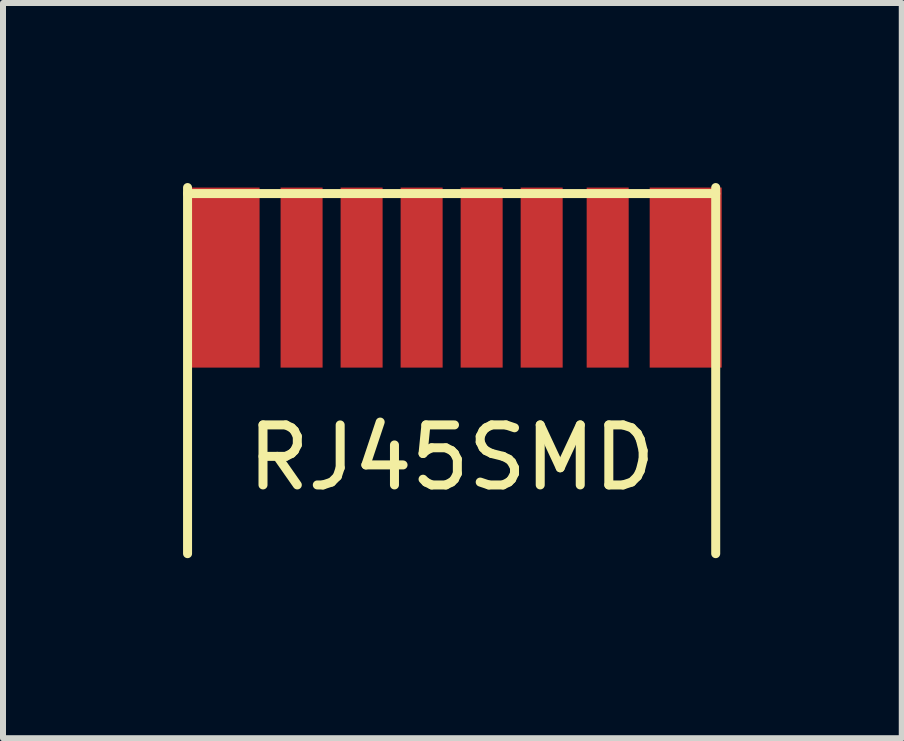
<source format=kicad_pcb>
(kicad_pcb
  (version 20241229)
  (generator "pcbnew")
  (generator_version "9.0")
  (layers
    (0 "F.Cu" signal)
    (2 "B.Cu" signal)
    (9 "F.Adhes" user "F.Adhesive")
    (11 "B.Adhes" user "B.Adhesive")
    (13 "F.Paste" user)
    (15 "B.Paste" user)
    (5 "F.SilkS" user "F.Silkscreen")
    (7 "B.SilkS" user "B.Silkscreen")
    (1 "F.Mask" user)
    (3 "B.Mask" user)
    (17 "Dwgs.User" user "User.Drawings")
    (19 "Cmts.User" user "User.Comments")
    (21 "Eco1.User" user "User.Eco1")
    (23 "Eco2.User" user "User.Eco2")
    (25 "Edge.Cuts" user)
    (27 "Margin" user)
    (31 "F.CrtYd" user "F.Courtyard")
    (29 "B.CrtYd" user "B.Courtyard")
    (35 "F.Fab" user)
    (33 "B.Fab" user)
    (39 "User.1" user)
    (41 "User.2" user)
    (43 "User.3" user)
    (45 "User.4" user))
  (footprint "RJ45SMD"
    (layer "F.Cu")
    (at 4.475 1.575)
    (property "Reference" "RJ45SMD" (at 0 3 0) (layer "F.SilkS") (effects (font (size 1 1) (thickness 0.15))))
    (attr through_hole)
    (fp_line (start -4.4 -1.5) (end -4.4 4.6) (stroke (width 0.15) (type solid)) (layer "F.SilkS"))
    (fp_line (start -4.4 -1.4) (end 4.4 -1.4) (stroke (width 0.15) (type solid)) (layer "F.SilkS"))
    (fp_line (start 4.4 -1.5) (end 4.4 4.6) (stroke (width 0.15) (type solid)) (layer "F.SilkS"))
    (pad "1" smd rect (at -3.8 0) (size 1.2 3) (layers "F.Cu" "F.Mask" "F.Paste"))
    (pad "2" smd rect (at -2.5 0) (size 0.7 3) (layers "F.Cu" "F.Mask" "F.Paste"))
    (pad "3" smd rect (at -1.5 0) (size 0.7 3) (layers "F.Cu" "F.Mask" "F.Paste"))
    (pad "4" smd rect (at -0.5 0) (size 0.7 3) (layers "F.Cu" "F.Mask" "F.Paste"))
    (pad "5" smd rect (at 0.5 0) (size 0.7 3) (layers "F.Cu" "F.Mask" "F.Paste"))
    (pad "6" smd rect (at 1.5 0) (size 0.7 3) (layers "F.Cu" "F.Mask" "F.Paste"))
    (pad "7" smd rect (at 2.6 0) (size 0.7 3) (layers "F.Cu" "F.Mask" "F.Paste"))
    (pad "8" smd rect (at 3.9 0) (size 1.2 3) (layers "F.Cu" "F.Mask" "F.Paste")))
  (gr_rect
    (start -3 -3)
    (end 11.975 9.25)
    (stroke (width 0.1) (type default))
    (fill no)
    (layer "Edge.Cuts")))
</source>
